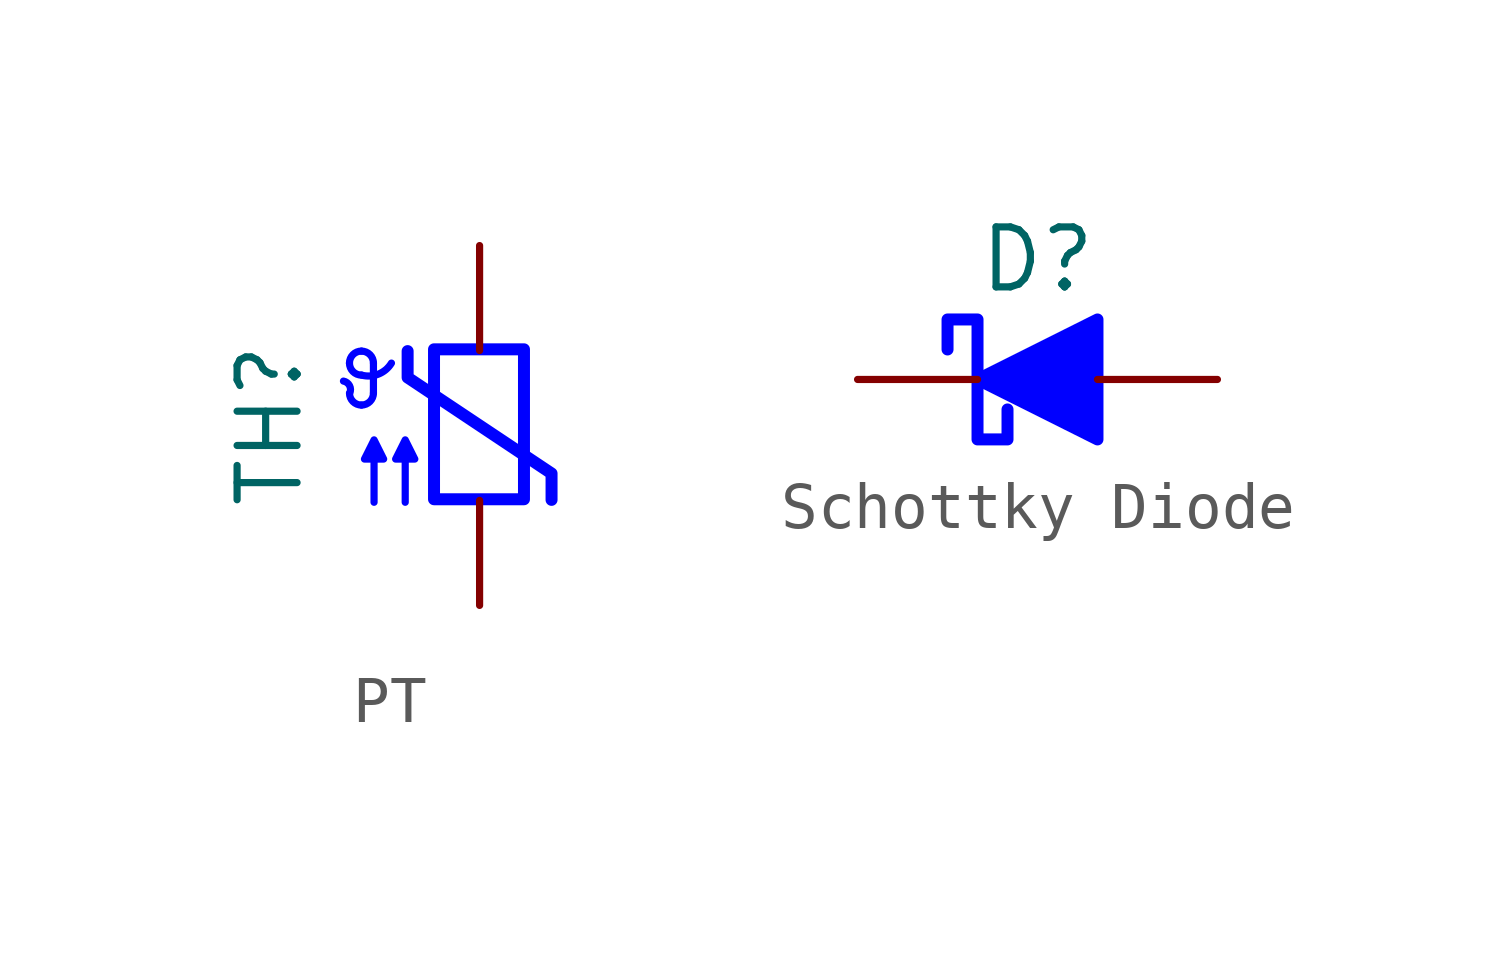
<source format=kicad_sym>
(kicad_symbol_lib
  (version 20231120)
  (generator "kicad_symbol_editor")
  (generator_version "8.0")
  (symbol "PT"
    (pin_numbers hide)
    (pin_names
      (offset 0))
    (property "Reference" "TH"
      (at -4.445 0 90)
      (effects (font (size 1.27 1.27))))
    (symbol "PT_1_1"
      (arc (start -2.7556 0.6859) (mid -2.7581 0.8434) (end -2.8826 0.9399) (stroke (width 0) (type default) (color 0 0 255 1)) (fill (type none)))
      (arc (start -2.7556 0.6859) (mid -2.6812 0.5063) (end -2.5016 0.4319) (stroke (width 0) (type default) (color 0 0 255 1)) (fill (type none)))
      (arc (start -2.7556 1.3209) (mid -2.6812 1.1413) (end -2.5016 1.0669) (stroke (width 0) (type default) (color 0 0 255 1)) (fill (type none)))
      (arc (start -2.5016 0.4319) (mid -2.322 0.5063) (end -2.2476 0.6859) (stroke (width 0) (type default) (color 0 0 255 1)) (fill (type none)))
      (arc (start -2.5016 1.0669) (mid -2.1416 1.0877) (end -1.8666 1.3209) (stroke (width 0) (type default) (color 0 0 255 1)) (fill (type none)))
      (arc (start -2.5016 1.5749) (mid -2.6812 1.5005) (end -2.7556 1.3209) (stroke (width 0) (type default) (color 0 0 255 1)) (fill (type none)))
      (arc (start -2.2476 1.3209) (mid -2.322 1.5005) (end -2.5016 1.5749) (stroke (width 0) (type default) (color 0 0 255 1)) (fill (type none)))
      (rectangle (start -0.965 1.613) (end 0.94 -1.562) (stroke (width 0.254) (type default) (color 0 0 255 1)) (fill (type none)))
      (polyline (pts (xy -2.248 0.686) (xy -2.248 1.321)) (stroke (width 0) (type default) (color 0 0 255 1)) (fill (type none)))
      (polyline (pts (xy -1.524 1.575) (xy -1.524 1.016) (xy 1.524 -1.016) (xy 1.524 -1.575)) (stroke (width 0.254) (type default) (color 0 0 255 1)) (fill (type none)))
      (polyline (pts (xy -2.235 -1.626) (xy -2.235 -0.305) (xy -2.438 -0.711) (xy -2.032 -0.711) (xy -2.235 -0.305) (xy -2.235 -0.305)) (stroke (width 0) (type default) (color 0 0 255 1)) (fill (type color) (color 0 0 255 1)))
      (polyline (pts (xy -1.575 -1.626) (xy -1.575 -0.305) (xy -1.778 -0.711) (xy -1.372 -0.711) (xy -1.575 -0.305) (xy -1.575 -0.305)) (stroke (width 0) (type default) (color 0 0 255 1)) (fill (type color) (color 0 0 255 1)))
      (pin passive line (at 0 3.81 270) (length 2.223) (name "~" (effects (font (size 1.27 1.27)))) (number "1" (effects (font (size 1.27 1.27)))))
      (pin passive line (at 0 -3.81 90) (length 2.223) (name "~" (effects (font (size 1.27 1.27)))) (number "2" (effects (font (size 1.27 1.27)))))))
  (symbol "Schottky Diode"
    (pin_numbers hide)
    (pin_names
      (offset 1.016) hide)
    (property "Reference" "D"
      (at 0 2.54 0)
      (effects (font (size 1.27 1.27))))
    (symbol "Schottky Diode_0_1"
      (polyline (pts (xy 1.27 0) (xy -1.27 0)) (stroke (width 0) (type default) (color 0 0 255 1)) (fill (type none)))
      (polyline (pts (xy 1.27 1.27) (xy 1.27 -1.27) (xy -1.27 0) (xy 1.27 1.27)) (stroke (width 0.254) (type default) (color 0 0 255 1)) (fill (type outline)))
      (polyline (pts (xy -1.905 0.635) (xy -1.905 1.27) (xy -1.27 1.27) (xy -1.27 -1.27) (xy -0.635 -1.27) (xy -0.635 -0.635)) (stroke (width 0.254) (type default) (color 0 0 255 1)) (fill (type none))))
    (symbol "Schottky Diode_1_1"
      (pin passive line (at -3.81 0 0) (length 2.54) (name "K" (effects (font (size 1.27 1.27)))) (number "1" (effects (font (size 1.27 1.27)))))
      (pin passive line (at 3.81 0 180) (length 2.54) (name "A" (effects (font (size 1.27 1.27)))) (number "2" (effects (font (size 1.27 1.27))))))))
</source>
